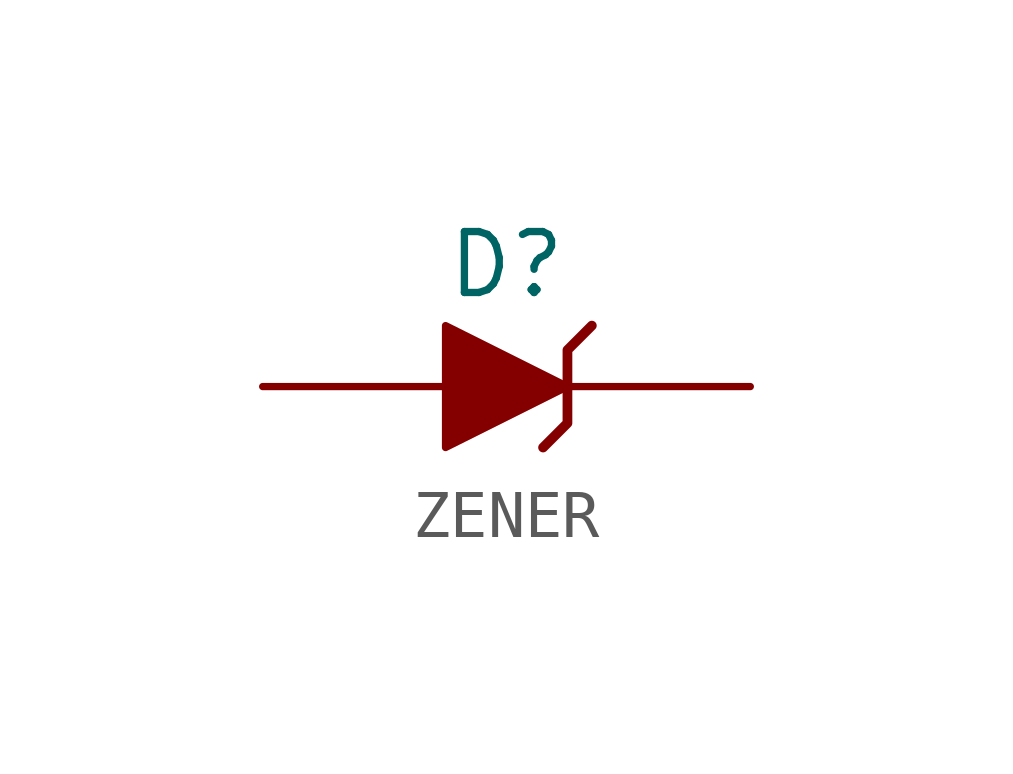
<source format=kicad_sym>
(kicad_symbol_lib
  (version 20211014)
  (generator kicad_symbol_editor)
  (symbol "ZENER"
    (pin_numbers hide)
    (pin_names
      (offset 1.016) hide)
    (property "Reference" "D"
      (at 0 2.54 0)
      (effects (font (size 1.27 1.27))))
    (property "Footprint" ""
      (at 0 0 0)
      (effects (font (size 1.524 1.524))))
    (property "Datasheet" ""
      (at 0 0 0)
      (effects (font (size 1.524 1.524))))
    (symbol "ZENER_0_1"
      (polyline (pts (xy 1.27 0) (xy -1.27 1.27) (xy -1.27 -1.27) (xy 1.27 0) (xy 1.27 0)) (stroke (width 0) (type default) (color 0 0 0 0)) (fill (type outline)))
      (polyline (pts (xy 1.778 1.27) (xy 1.27 0.762) (xy 1.27 -0.762) (xy 0.762 -1.27) (xy 0.762 -1.27)) (stroke (width 0.203) (type default) (color 0 0 0 0)) (fill (type none))))
    (symbol "ZENER_1_1"
      (pin passive line (at -5.08 0 0) (length 3.81) (name "A" (effects (font (size 1.016 1.016)))) (number "1" (effects (font (size 1.016 1.016)))))
      (pin passive line (at 5.08 0 180) (length 3.81) (name "K" (effects (font (size 1.016 1.016)))) (number "2" (effects (font (size 1.016 1.016))))))))
</source>
